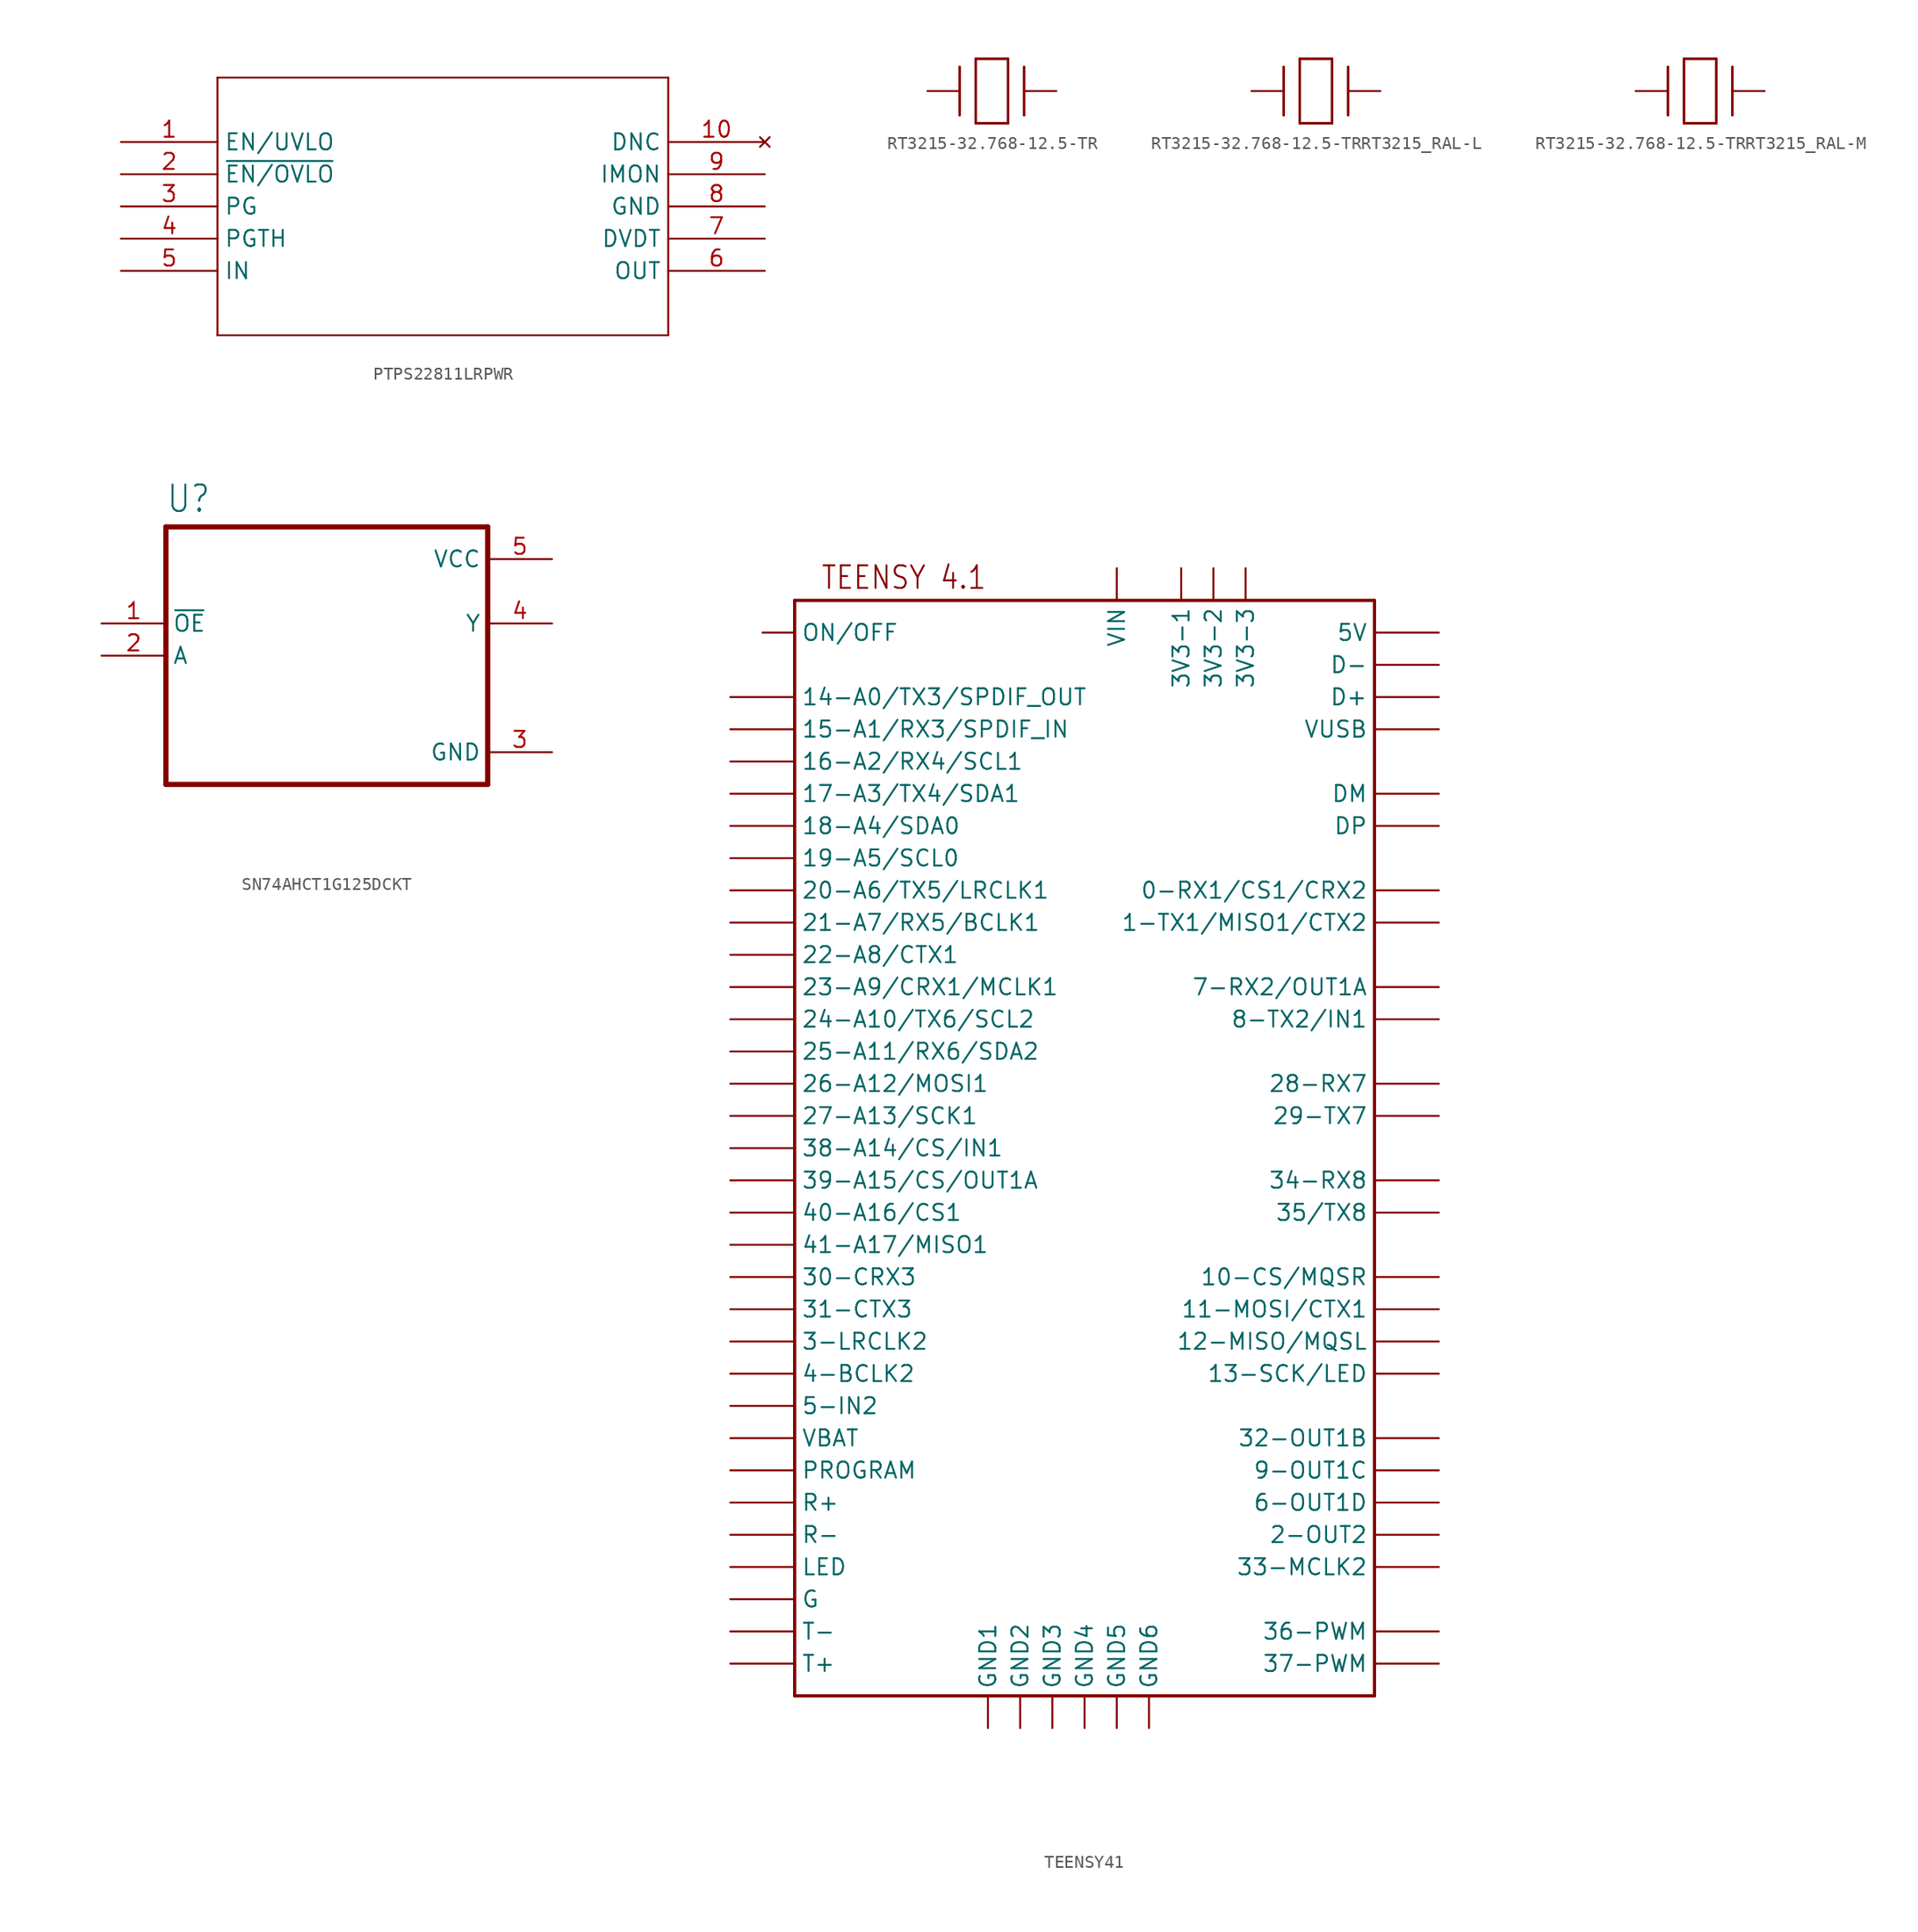
<source format=kicad_sym>
(kicad_symbol_lib
  (version 20231120)
  (generator "kicad_symbol_editor")
  (generator_version "8.0")
  (symbol "PTPS22811LRPWR"
    (property "Reference" "U"
      (at 20.676 9.119 0)
      (effects (font (size 2.083 1.77)) (justify left bottom) (hide yes)))
    (property "ki_locked" ""
      (at 0 0 0)
      (effects (font (size 1.27 1.27))))
    (symbol "PTPS22811LRPWR_1_0"
      (polyline (pts (xy 7.62 -15.24) (xy 43.18 -15.24)) (stroke (width 0.152) (type solid)) (fill (type none)))
      (polyline (pts (xy 7.62 5.08) (xy 7.62 -15.24)) (stroke (width 0.152) (type solid)) (fill (type none)))
      (polyline (pts (xy 43.18 -15.24) (xy 43.18 5.08)) (stroke (width 0.152) (type solid)) (fill (type none)))
      (polyline (pts (xy 43.18 5.08) (xy 7.62 5.08)) (stroke (width 0.152) (type solid)) (fill (type none)))
      (pin input line (at 0 0 0) (length 7.62) (name "EN/UVLO" (effects (font (size 1.27 1.27)))) (number "1" (effects (font (size 1.27 1.27)))))
      (pin no_connect line (at 50.8 0 180) (length 7.62) (name "DNC" (effects (font (size 1.27 1.27)))) (number "10" (effects (font (size 1.27 1.27)))))
      (pin input line (at 0 -2.54 0) (length 7.62) (name "~{EN/OVLO}" (effects (font (size 1.27 1.27)))) (number "2" (effects (font (size 1.27 1.27)))))
      (pin output line (at 0 -5.08 0) (length 7.62) (name "PG" (effects (font (size 1.27 1.27)))) (number "3" (effects (font (size 1.27 1.27)))))
      (pin input line (at 0 -7.62 0) (length 7.62) (name "PGTH" (effects (font (size 1.27 1.27)))) (number "4" (effects (font (size 1.27 1.27)))))
      (pin power_in line (at 0 -10.16 0) (length 7.62) (name "IN" (effects (font (size 1.27 1.27)))) (number "5" (effects (font (size 1.27 1.27)))))
      (pin power_in line (at 50.8 -10.16 180) (length 7.62) (name "OUT" (effects (font (size 1.27 1.27)))) (number "6" (effects (font (size 1.27 1.27)))))
      (pin output line (at 50.8 -7.62 180) (length 7.62) (name "DVDT" (effects (font (size 1.27 1.27)))) (number "7" (effects (font (size 1.27 1.27)))))
      (pin passive line (at 50.8 -5.08 180) (length 7.62) (name "GND" (effects (font (size 1.27 1.27)))) (number "8" (effects (font (size 1.27 1.27)))))
      (pin output line (at 50.8 -2.54 180) (length 7.62) (name "IMON" (effects (font (size 1.27 1.27)))) (number "9" (effects (font (size 1.27 1.27)))))))
  (symbol "RT3215-32.768-12.5-TR"
    (property "Reference" "XTAL"
      (at -2.819 2.692 0)
      (effects (font (size 3.48 2.958)) (justify left bottom) (hide yes)))
    (property "ki_locked" ""
      (at 0 0 0)
      (effects (font (size 1.27 1.27))))
    (symbol "RT3215-32.768-12.5-TR_1_0"
      (polyline (pts (xy 2.54 -1.905) (xy 2.54 1.905)) (stroke (width 0.203) (type solid)) (fill (type none)))
      (polyline (pts (xy 3.81 -2.54) (xy 3.81 2.54)) (stroke (width 0.203) (type solid)) (fill (type none)))
      (polyline (pts (xy 3.81 2.54) (xy 6.35 2.54)) (stroke (width 0.203) (type solid)) (fill (type none)))
      (polyline (pts (xy 6.35 -2.54) (xy 3.81 -2.54)) (stroke (width 0.203) (type solid)) (fill (type none)))
      (polyline (pts (xy 6.35 2.54) (xy 6.35 -2.54)) (stroke (width 0.203) (type solid)) (fill (type none)))
      (polyline (pts (xy 7.62 -1.905) (xy 7.62 1.905)) (stroke (width 0.203) (type solid)) (fill (type none)))
      (pin passive line (at 0 0 0) (length 2.54) (name "1" (effects (font (size 0 0)))) (number "1" (effects (font (size 0 0)))))
      (pin passive line (at 10.16 0 180) (length 2.54) (name "2" (effects (font (size 0 0)))) (number "2" (effects (font (size 0 0)))))))
  (symbol "RT3215-32.768-12.5-TRRT3215_RAL-L"
    (property "Reference" "XTAL"
      (at -2.819 2.692 0)
      (effects (font (size 3.48 2.958)) (justify left bottom) (hide yes)))
    (property "ki_locked" ""
      (at 0 0 0)
      (effects (font (size 1.27 1.27))))
    (symbol "RT3215-32.768-12.5-TRRT3215_RAL-L_1_0"
      (polyline (pts (xy 2.54 -1.905) (xy 2.54 1.905)) (stroke (width 0.203) (type solid)) (fill (type none)))
      (polyline (pts (xy 3.81 -2.54) (xy 3.81 2.54)) (stroke (width 0.203) (type solid)) (fill (type none)))
      (polyline (pts (xy 3.81 2.54) (xy 6.35 2.54)) (stroke (width 0.203) (type solid)) (fill (type none)))
      (polyline (pts (xy 6.35 -2.54) (xy 3.81 -2.54)) (stroke (width 0.203) (type solid)) (fill (type none)))
      (polyline (pts (xy 6.35 2.54) (xy 6.35 -2.54)) (stroke (width 0.203) (type solid)) (fill (type none)))
      (polyline (pts (xy 7.62 -1.905) (xy 7.62 1.905)) (stroke (width 0.203) (type solid)) (fill (type none)))
      (pin passive line (at 0 0 0) (length 2.54) (name "1" (effects (font (size 0 0)))) (number "1" (effects (font (size 0 0)))))
      (pin passive line (at 10.16 0 180) (length 2.54) (name "2" (effects (font (size 0 0)))) (number "2" (effects (font (size 0 0)))))))
  (symbol "RT3215-32.768-12.5-TRRT3215_RAL-M"
    (property "Reference" "XTAL"
      (at -2.819 2.692 0)
      (effects (font (size 3.48 2.958)) (justify left bottom) (hide yes)))
    (property "ki_locked" ""
      (at 0 0 0)
      (effects (font (size 1.27 1.27))))
    (symbol "RT3215-32.768-12.5-TRRT3215_RAL-M_1_0"
      (polyline (pts (xy 2.54 -1.905) (xy 2.54 1.905)) (stroke (width 0.203) (type solid)) (fill (type none)))
      (polyline (pts (xy 3.81 -2.54) (xy 3.81 2.54)) (stroke (width 0.203) (type solid)) (fill (type none)))
      (polyline (pts (xy 3.81 2.54) (xy 6.35 2.54)) (stroke (width 0.203) (type solid)) (fill (type none)))
      (polyline (pts (xy 6.35 -2.54) (xy 3.81 -2.54)) (stroke (width 0.203) (type solid)) (fill (type none)))
      (polyline (pts (xy 6.35 2.54) (xy 6.35 -2.54)) (stroke (width 0.203) (type solid)) (fill (type none)))
      (polyline (pts (xy 7.62 -1.905) (xy 7.62 1.905)) (stroke (width 0.203) (type solid)) (fill (type none)))
      (pin passive line (at 0 0 0) (length 2.54) (name "1" (effects (font (size 0 0)))) (number "1" (effects (font (size 0 0)))))
      (pin passive line (at 10.16 0 180) (length 2.54) (name "2" (effects (font (size 0 0)))) (number "2" (effects (font (size 0 0)))))))
  (symbol "SN74AHCT1G125DCKT"
    (property "Reference" "U"
      (at -12.7 11.16 0)
      (effects (font (size 2.083 1.77)) (justify left bottom)))
    (property "Value" ""
      (at -12.7 -14.16 0)
      (effects (font (size 2.083 1.77)) (justify left bottom)))
    (property "ki_locked" ""
      (at 0 0 0)
      (effects (font (size 1.27 1.27))))
    (symbol "SN74AHCT1G125DCKT_1_0"
      (polyline (pts (xy -12.7 -10.16) (xy -12.7 10.16)) (stroke (width 0.41) (type solid)) (fill (type none)))
      (polyline (pts (xy -12.7 10.16) (xy 12.7 10.16)) (stroke (width 0.41) (type solid)) (fill (type none)))
      (polyline (pts (xy 12.7 -10.16) (xy -12.7 -10.16)) (stroke (width 0.41) (type solid)) (fill (type none)))
      (polyline (pts (xy 12.7 10.16) (xy 12.7 -10.16)) (stroke (width 0.41) (type solid)) (fill (type none)))
      (pin input line (at -17.78 2.54 0) (length 5.08) (name "~{OE}" (effects (font (size 1.27 1.27)))) (number "1" (effects (font (size 1.27 1.27)))))
      (pin input line (at -17.78 0 0) (length 5.08) (name "A" (effects (font (size 1.27 1.27)))) (number "2" (effects (font (size 1.27 1.27)))))
      (pin power_in line (at 17.78 -7.62 180) (length 5.08) (name "GND" (effects (font (size 1.27 1.27)))) (number "3" (effects (font (size 1.27 1.27)))))
      (pin output line (at 17.78 2.54 180) (length 5.08) (name "Y" (effects (font (size 1.27 1.27)))) (number "4" (effects (font (size 1.27 1.27)))))
      (pin power_in line (at 17.78 7.62 180) (length 5.08) (name "VCC" (effects (font (size 1.27 1.27)))) (number "5" (effects (font (size 1.27 1.27)))))))
  (symbol "TEENSY41"
    (property "Reference" ""
      (at 0 0 0)
      (effects (font (size 1.27 1.27)) (hide yes)))
    (property "ki_locked" ""
      (at 0 0 0)
      (effects (font (size 1.27 1.27))))
    (symbol "TEENSY41_1_0"
      (polyline (pts (xy -22.86 -40.64) (xy 22.86 -40.64)) (stroke (width 0.254) (type solid)) (fill (type none)))
      (polyline (pts (xy -22.86 45.72) (xy -22.86 -40.64)) (stroke (width 0.254) (type solid)) (fill (type none)))
      (polyline (pts (xy 22.86 -40.64) (xy 22.86 45.72)) (stroke (width 0.254) (type solid)) (fill (type none)))
      (polyline (pts (xy 22.86 45.72) (xy -22.86 45.72)) (stroke (width 0.254) (type solid)) (fill (type none)))
      (text "TEENSY 4.1" (at -20.828 46.482 0) (effects (font (size 1.778 1.511)) (justify left bottom)))
      (pin bidirectional line (at 27.94 43.18 180) (length 5.08) (name "5V" (effects (font (size 1.27 1.27)))) (number "+5V" (effects (font (size 0 0)))))
      (pin bidirectional line (at 27.94 22.86 180) (length 5.08) (name "0-RX1/CS1/CRX2" (effects (font (size 1.27 1.27)))) (number "0-RX1/CS1/CRX2" (effects (font (size 0 0)))))
      (pin bidirectional line (at 27.94 20.32 180) (length 5.08) (name "1-TX1/MISO1/CTX2" (effects (font (size 1.27 1.27)))) (number "1-TX1/MISO1/CTX2" (effects (font (size 0 0)))))
      (pin bidirectional line (at 27.94 -7.62 180) (length 5.08) (name "10-CS/MQSR" (effects (font (size 1.27 1.27)))) (number "10-CS\\MQSR" (effects (font (size 0 0)))))
      (pin bidirectional line (at 27.94 -10.16 180) (length 5.08) (name "11-MOSI/CTX1" (effects (font (size 1.27 1.27)))) (number "11-MOSI/CTX1" (effects (font (size 0 0)))))
      (pin bidirectional line (at 27.94 -12.7 180) (length 5.08) (name "12-MISO/MQSL" (effects (font (size 1.27 1.27)))) (number "12-MISO/MQSL" (effects (font (size 0 0)))))
      (pin bidirectional line (at 27.94 -15.24 180) (length 5.08) (name "13-SCK/LED" (effects (font (size 1.27 1.27)))) (number "13-SCK/LED" (effects (font (size 0 0)))))
      (pin bidirectional line (at -27.94 38.1 0) (length 5.08) (name "14-A0/TX3/SPDIF_OUT" (effects (font (size 1.27 1.27)))) (number "14-A0/TX3/SPDIF_OUT" (effects (font (size 0 0)))))
      (pin bidirectional line (at -27.94 35.56 0) (length 5.08) (name "15-A1/RX3/SPDIF_IN" (effects (font (size 1.27 1.27)))) (number "15-A1/RX3/SPDIF_IN" (effects (font (size 0 0)))))
      (pin bidirectional line (at -27.94 33.02 0) (length 5.08) (name "16-A2/RX4/SCL1" (effects (font (size 1.27 1.27)))) (number "16-A2/RX4/SCL1" (effects (font (size 0 0)))))
      (pin bidirectional line (at -27.94 30.48 0) (length 5.08) (name "17-A3/TX4/SDA1" (effects (font (size 1.27 1.27)))) (number "17-A3/TX4/SDA1" (effects (font (size 0 0)))))
      (pin bidirectional line (at -27.94 27.94 0) (length 5.08) (name "18-A4/SDA0" (effects (font (size 1.27 1.27)))) (number "18-A4/SDA0" (effects (font (size 0 0)))))
      (pin bidirectional line (at -27.94 25.4 0) (length 5.08) (name "19-A5/SCL0" (effects (font (size 1.27 1.27)))) (number "19-A5/SCL0" (effects (font (size 0 0)))))
      (pin bidirectional line (at 27.94 -27.94 180) (length 5.08) (name "2-OUT2" (effects (font (size 1.27 1.27)))) (number "2-OUT2" (effects (font (size 0 0)))))
      (pin bidirectional line (at -27.94 22.86 0) (length 5.08) (name "20-A6/TX5/LRCLK1" (effects (font (size 1.27 1.27)))) (number "20-A6/TX5/LRCLK1" (effects (font (size 0 0)))))
      (pin bidirectional line (at -27.94 20.32 0) (length 5.08) (name "21-A7/RX5/BCLK1" (effects (font (size 1.27 1.27)))) (number "21-A7/RX5/BCLK1" (effects (font (size 0 0)))))
      (pin bidirectional line (at -27.94 17.78 0) (length 5.08) (name "22-A8/CTX1" (effects (font (size 1.27 1.27)))) (number "22-A8/CTX1" (effects (font (size 0 0)))))
      (pin bidirectional line (at -27.94 15.24 0) (length 5.08) (name "23-A9/CRX1/MCLK1" (effects (font (size 1.27 1.27)))) (number "23-A9/CRX1/MCLK1" (effects (font (size 0 0)))))
      (pin bidirectional line (at -27.94 12.7 0) (length 5.08) (name "24-A10/TX6/SCL2" (effects (font (size 1.27 1.27)))) (number "24-A10/TX6/SCL2" (effects (font (size 0 0)))))
      (pin bidirectional line (at -27.94 10.16 0) (length 5.08) (name "25-A11/RX6/SDA2" (effects (font (size 1.27 1.27)))) (number "25-A11/RX6/SDA2" (effects (font (size 0 0)))))
      (pin bidirectional line (at -27.94 7.62 0) (length 5.08) (name "26-A12/MOSI1" (effects (font (size 1.27 1.27)))) (number "26-A12/MOSI1" (effects (font (size 0 0)))))
      (pin bidirectional line (at -27.94 5.08 0) (length 5.08) (name "27-A13/SCK1" (effects (font (size 1.27 1.27)))) (number "27-A13/SCK1" (effects (font (size 0 0)))))
      (pin bidirectional line (at 27.94 7.62 180) (length 5.08) (name "28-RX7" (effects (font (size 1.27 1.27)))) (number "28-RX7" (effects (font (size 0 0)))))
      (pin bidirectional line (at 27.94 5.08 180) (length 5.08) (name "29-TX7" (effects (font (size 1.27 1.27)))) (number "29-TX7" (effects (font (size 0 0)))))
      (pin bidirectional line (at -27.94 -12.7 0) (length 5.08) (name "3-LRCLK2" (effects (font (size 1.27 1.27)))) (number "3-LRCLK2" (effects (font (size 0 0)))))
      (pin bidirectional line (at -27.94 -7.62 0) (length 5.08) (name "30-CRX3" (effects (font (size 1.27 1.27)))) (number "30-CRX3" (effects (font (size 0 0)))))
      (pin bidirectional line (at -27.94 -10.16 0) (length 5.08) (name "31-CTX3" (effects (font (size 1.27 1.27)))) (number "31-CTX3" (effects (font (size 0 0)))))
      (pin bidirectional line (at 27.94 -20.32 180) (length 5.08) (name "32-OUT1B" (effects (font (size 1.27 1.27)))) (number "32-OUT1B" (effects (font (size 0 0)))))
      (pin bidirectional line (at 27.94 -30.48 180) (length 5.08) (name "33-MCLK2" (effects (font (size 1.27 1.27)))) (number "33-MCLK2" (effects (font (size 0 0)))))
      (pin bidirectional line (at 27.94 0 180) (length 5.08) (name "34-RX8" (effects (font (size 1.27 1.27)))) (number "34-RX8" (effects (font (size 0 0)))))
      (pin bidirectional line (at 27.94 -2.54 180) (length 5.08) (name "35/TX8" (effects (font (size 1.27 1.27)))) (number "35-TX8" (effects (font (size 0 0)))))
      (pin bidirectional line (at 27.94 -35.56 180) (length 5.08) (name "36-PWM" (effects (font (size 1.27 1.27)))) (number "36-PWM" (effects (font (size 0 0)))))
      (pin bidirectional line (at 27.94 -38.1 180) (length 5.08) (name "37-PWM" (effects (font (size 1.27 1.27)))) (number "37-PWM" (effects (font (size 0 0)))))
      (pin bidirectional line (at -27.94 2.54 0) (length 5.08) (name "38-A14/CS/IN1" (effects (font (size 1.27 1.27)))) (number "38-A14/CS/IN1" (effects (font (size 0 0)))))
      (pin bidirectional line (at -27.94 0 0) (length 5.08) (name "39-A15/CS/OUT1A" (effects (font (size 1.27 1.27)))) (number "39-A15/CS/OUT1A" (effects (font (size 0 0)))))
      (pin bidirectional line (at 7.62 48.26 270) (length 2.54) (name "3V3-1" (effects (font (size 1.27 1.27)))) (number "3V3-1" (effects (font (size 0 0)))))
      (pin bidirectional line (at 10.16 48.26 270) (length 2.54) (name "3V3-2" (effects (font (size 1.27 1.27)))) (number "3V3-2" (effects (font (size 0 0)))))
      (pin bidirectional line (at 12.7 48.26 270) (length 2.54) (name "3V3-3" (effects (font (size 1.27 1.27)))) (number "3V3-3" (effects (font (size 0 0)))))
      (pin bidirectional line (at -27.94 -15.24 0) (length 5.08) (name "4-BCLK2" (effects (font (size 1.27 1.27)))) (number "4-BCLK2" (effects (font (size 0 0)))))
      (pin bidirectional line (at -27.94 -2.54 0) (length 5.08) (name "40-A16/CS1" (effects (font (size 1.27 1.27)))) (number "40-A16/CS1" (effects (font (size 0 0)))))
      (pin bidirectional line (at -27.94 -5.08 0) (length 5.08) (name "41-A17/MISO1" (effects (font (size 1.27 1.27)))) (number "41-A17/MISO1" (effects (font (size 0 0)))))
      (pin bidirectional line (at -27.94 -17.78 0) (length 5.08) (name "5-IN2" (effects (font (size 1.27 1.27)))) (number "5-IN2" (effects (font (size 0 0)))))
      (pin bidirectional line (at 27.94 -25.4 180) (length 5.08) (name "6-OUT1D" (effects (font (size 1.27 1.27)))) (number "6-OUT1D" (effects (font (size 0 0)))))
      (pin bidirectional line (at 27.94 15.24 180) (length 5.08) (name "7-RX2/OUT1A" (effects (font (size 1.27 1.27)))) (number "7-RX2/OUT1A" (effects (font (size 0 0)))))
      (pin bidirectional line (at 27.94 12.7 180) (length 5.08) (name "8-TX2/IN1" (effects (font (size 1.27 1.27)))) (number "8-TX2/IN2" (effects (font (size 0 0)))))
      (pin bidirectional line (at 27.94 -22.86 180) (length 5.08) (name "9-OUT1C" (effects (font (size 1.27 1.27)))) (number "9-OUT1C" (effects (font (size 0 0)))))
      (pin bidirectional line (at 27.94 38.1 180) (length 5.08) (name "D+" (effects (font (size 1.27 1.27)))) (number "D+" (effects (font (size 0 0)))))
      (pin bidirectional line (at 27.94 40.64 180) (length 5.08) (name "D-" (effects (font (size 1.27 1.27)))) (number "D-" (effects (font (size 0 0)))))
      (pin bidirectional line (at 27.94 30.48 180) (length 5.08) (name "DM" (effects (font (size 1.27 1.27)))) (number "DM" (effects (font (size 0 0)))))
      (pin bidirectional line (at 27.94 27.94 180) (length 5.08) (name "DP" (effects (font (size 1.27 1.27)))) (number "DP" (effects (font (size 0 0)))))
      (pin bidirectional line (at -27.94 -33.02 0) (length 5.08) (name "G" (effects (font (size 1.27 1.27)))) (number "G" (effects (font (size 0 0)))))
      (pin bidirectional line (at -7.62 -43.18 90) (length 2.54) (name "GND1" (effects (font (size 1.27 1.27)))) (number "GND1" (effects (font (size 0 0)))))
      (pin bidirectional line (at -5.08 -43.18 90) (length 2.54) (name "GND2" (effects (font (size 1.27 1.27)))) (number "GND2" (effects (font (size 0 0)))))
      (pin bidirectional line (at -2.54 -43.18 90) (length 2.54) (name "GND3" (effects (font (size 1.27 1.27)))) (number "GND3" (effects (font (size 0 0)))))
      (pin bidirectional line (at 0 -43.18 90) (length 2.54) (name "GND4" (effects (font (size 1.27 1.27)))) (number "GND4" (effects (font (size 0 0)))))
      (pin bidirectional line (at 2.54 -43.18 90) (length 2.54) (name "GND5" (effects (font (size 1.27 1.27)))) (number "GND5" (effects (font (size 0 0)))))
      (pin bidirectional line (at 5.08 -43.18 90) (length 2.54) (name "GND6" (effects (font (size 1.27 1.27)))) (number "GND6" (effects (font (size 0 0)))))
      (pin bidirectional line (at -27.94 -30.48 0) (length 5.08) (name "LED" (effects (font (size 1.27 1.27)))) (number "LED" (effects (font (size 0 0)))))
      (pin bidirectional line (at -25.4 43.18 0) (length 2.54) (name "ON/OFF" (effects (font (size 1.27 1.27)))) (number "ON/OFF" (effects (font (size 0 0)))))
      (pin bidirectional line (at -27.94 -22.86 0) (length 5.08) (name "PROGRAM" (effects (font (size 1.27 1.27)))) (number "PROGRAM" (effects (font (size 0 0)))))
      (pin bidirectional line (at -27.94 -25.4 0) (length 5.08) (name "R+" (effects (font (size 1.27 1.27)))) (number "R+" (effects (font (size 0 0)))))
      (pin bidirectional line (at -27.94 -27.94 0) (length 5.08) (name "R-" (effects (font (size 1.27 1.27)))) (number "R-" (effects (font (size 0 0)))))
      (pin bidirectional line (at -27.94 -38.1 0) (length 5.08) (name "T+" (effects (font (size 1.27 1.27)))) (number "T+" (effects (font (size 0 0)))))
      (pin bidirectional line (at -27.94 -35.56 0) (length 5.08) (name "T-" (effects (font (size 1.27 1.27)))) (number "T-" (effects (font (size 0 0)))))
      (pin bidirectional line (at -27.94 -20.32 0) (length 5.08) (name "VBAT" (effects (font (size 1.27 1.27)))) (number "VBAT" (effects (font (size 0 0)))))
      (pin bidirectional line (at 2.54 48.26 270) (length 2.54) (name "VIN" (effects (font (size 1.27 1.27)))) (number "VIN" (effects (font (size 0 0)))))
      (pin bidirectional line (at 27.94 35.56 180) (length 5.08) (name "VUSB" (effects (font (size 1.27 1.27)))) (number "VUSB" (effects (font (size 0 0))))))))
</source>
